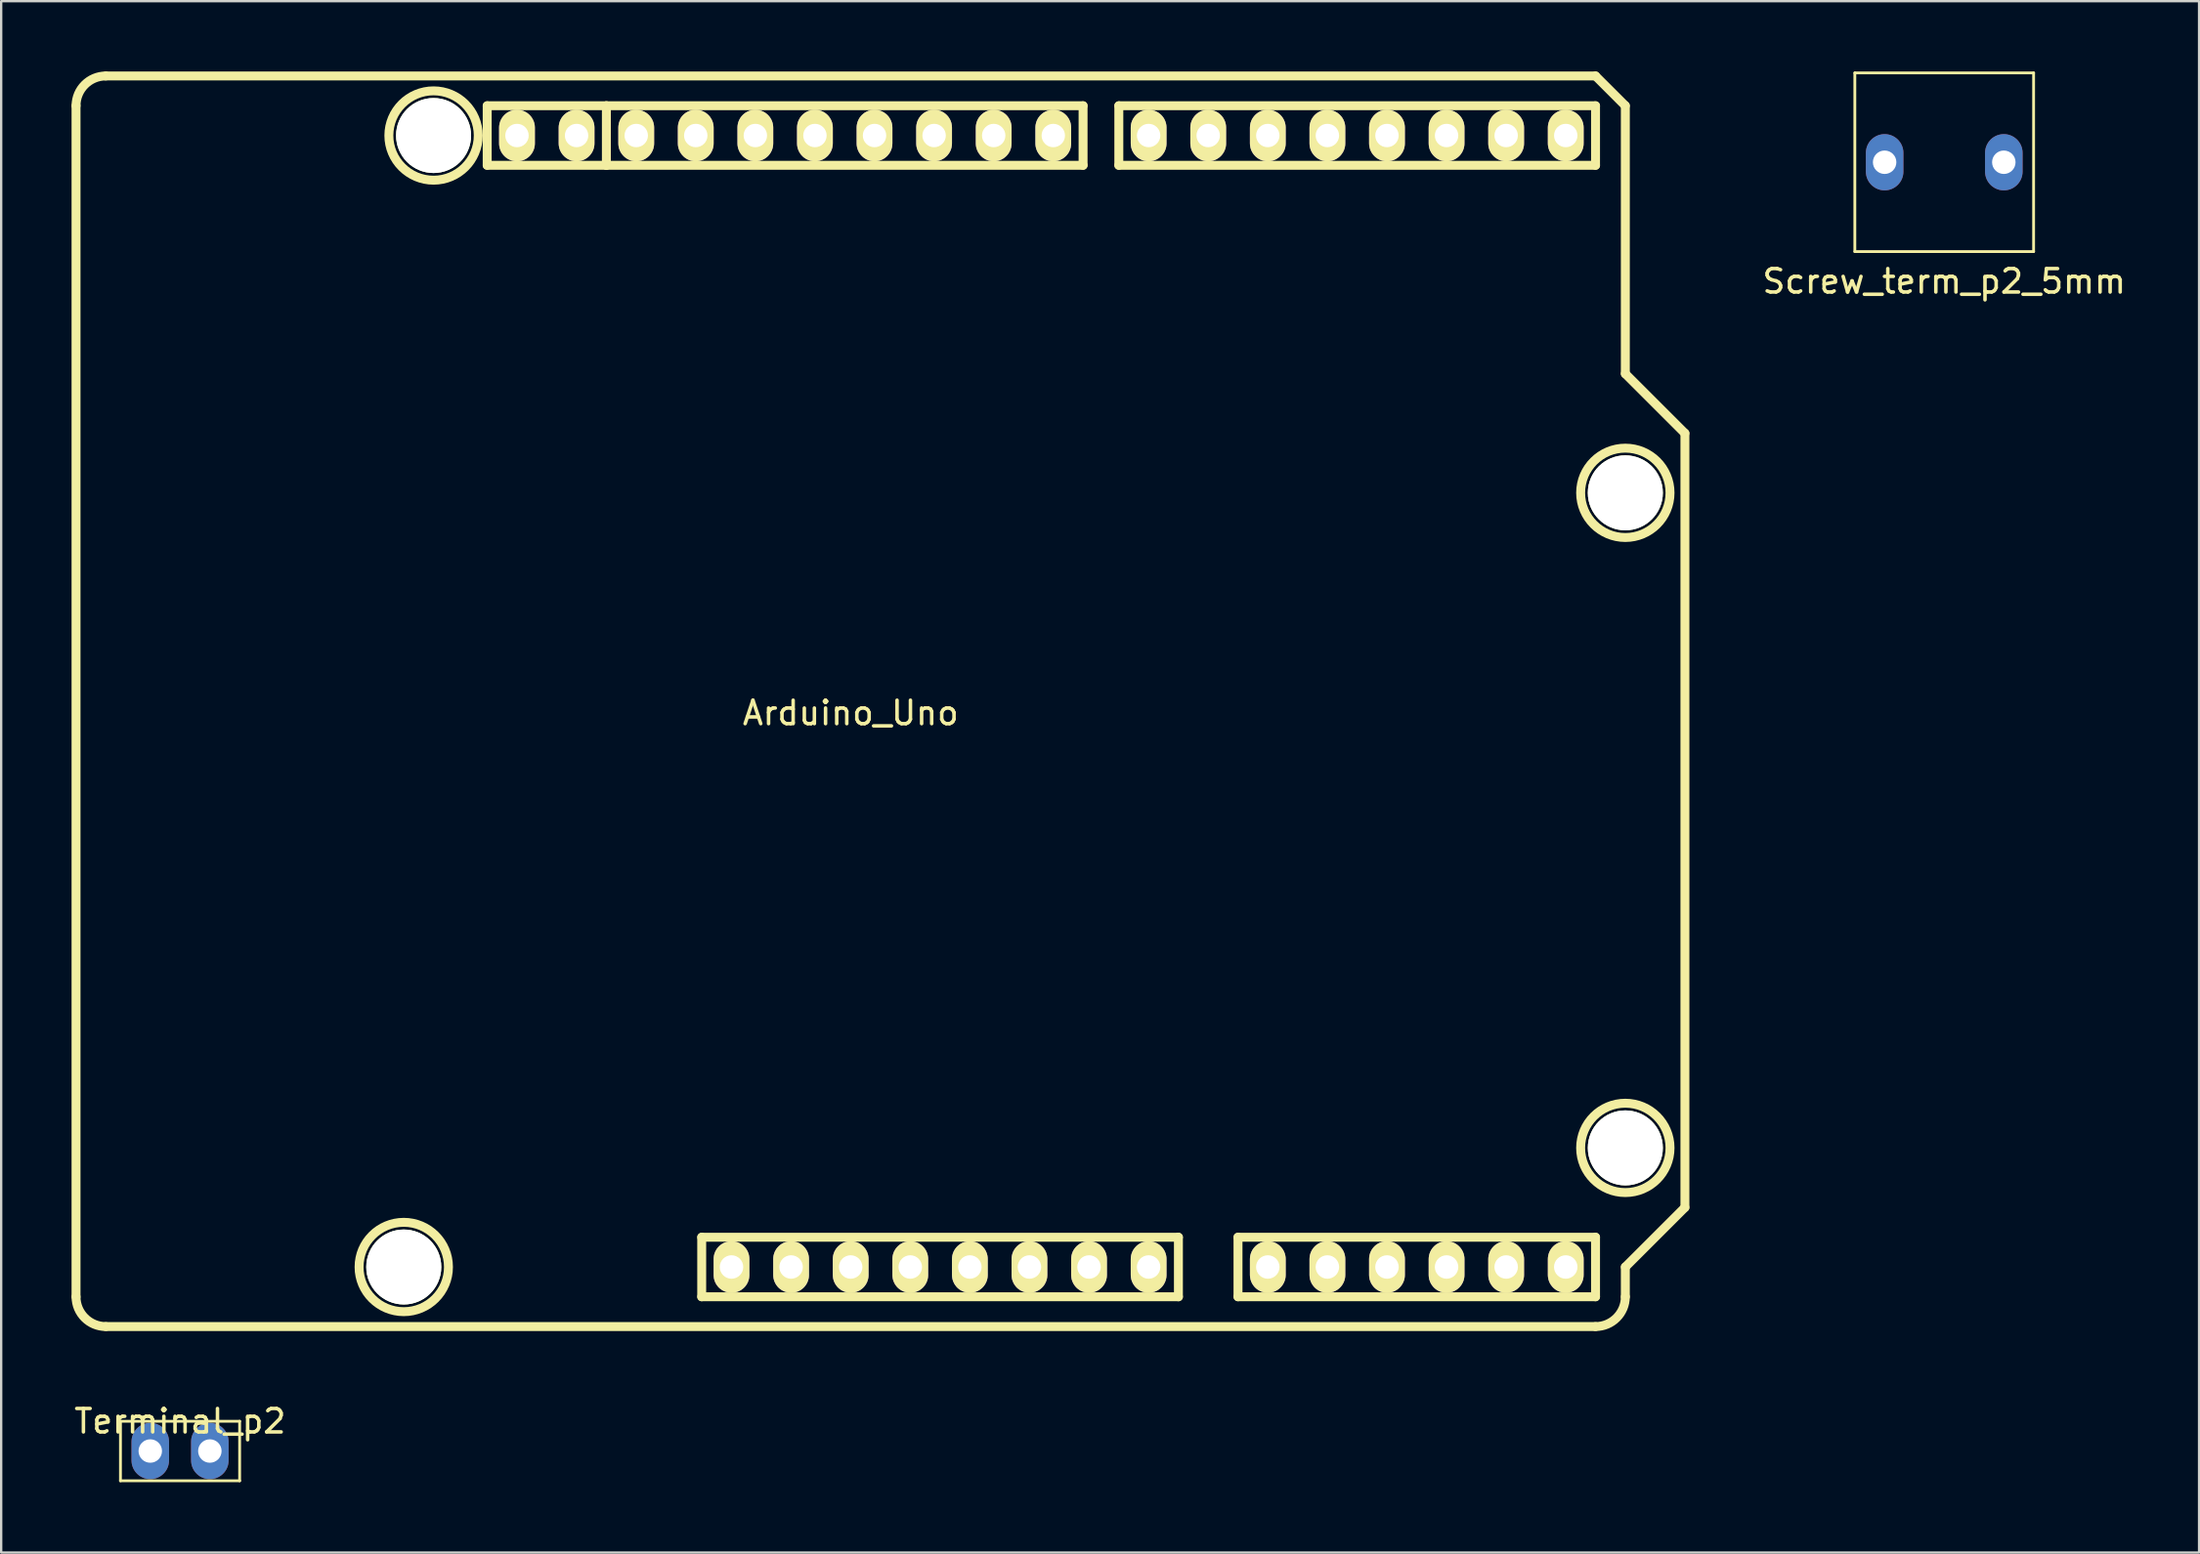
<source format=kicad_pcb>
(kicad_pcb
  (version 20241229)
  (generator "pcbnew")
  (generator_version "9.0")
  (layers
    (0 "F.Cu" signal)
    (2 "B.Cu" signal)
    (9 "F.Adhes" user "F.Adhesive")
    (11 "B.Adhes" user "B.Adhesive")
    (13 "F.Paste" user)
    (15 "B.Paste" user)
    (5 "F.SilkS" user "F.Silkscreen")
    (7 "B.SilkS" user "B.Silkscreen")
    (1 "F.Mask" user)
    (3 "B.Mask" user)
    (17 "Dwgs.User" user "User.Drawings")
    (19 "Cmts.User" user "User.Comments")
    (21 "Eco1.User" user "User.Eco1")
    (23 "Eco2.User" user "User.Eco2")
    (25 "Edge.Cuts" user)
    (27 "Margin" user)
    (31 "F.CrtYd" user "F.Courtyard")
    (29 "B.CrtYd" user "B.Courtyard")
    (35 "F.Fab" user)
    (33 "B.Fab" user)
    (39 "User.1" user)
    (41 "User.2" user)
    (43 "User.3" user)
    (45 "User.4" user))
  (footprint "Arduino_Uno"
    (layer "F.Cu")
    (at 33.211 26.86)
    (property "Reference" "Arduino_Uno" (at 0 0.5 0) (layer "F.SilkS") (effects (font (size 1 1) (thickness 0.15))))
    (attr through_hole)
    (fp_line (start -33.02 25.4) (end -33.02 -25.4) (stroke (width 0.381) (type solid)) (layer "F.SilkS"))
    (fp_line (start -31.75 26.67) (end 31.75 26.67) (stroke (width 0.381) (type solid)) (layer "F.SilkS"))
    (fp_line (start -15.494 -25.4) (end -15.494 -22.86) (stroke (width 0.381) (type solid)) (layer "F.SilkS"))
    (fp_line (start -15.494 -22.86) (end -10.414 -22.86) (stroke (width 0.381) (type solid)) (layer "F.SilkS"))
    (fp_line (start -10.414 -25.4) (end -15.494 -25.4) (stroke (width 0.381) (type solid)) (layer "F.SilkS"))
    (fp_line (start -10.414 -22.86) (end -10.414 -25.4) (stroke (width 0.381) (type solid)) (layer "F.SilkS"))
    (fp_line (start -6.35 25.4) (end -6.35 22.86) (stroke (width 0.381) (type solid)) (layer "F.SilkS"))
    (fp_line (start -6.35 25.4) (end 13.97 25.4) (stroke (width 0.381) (type solid)) (layer "F.SilkS"))
    (fp_line (start 9.906 -25.4) (end -10.414 -25.4) (stroke (width 0.381) (type solid)) (layer "F.SilkS"))
    (fp_line (start 9.906 -22.86) (end -10.414 -22.86) (stroke (width 0.381) (type solid)) (layer "F.SilkS"))
    (fp_line (start 9.906 -22.86) (end 9.906 -25.4) (stroke (width 0.381) (type solid)) (layer "F.SilkS"))
    (fp_line (start 11.43 -25.4) (end 31.75 -25.4) (stroke (width 0.381) (type solid)) (layer "F.SilkS"))
    (fp_line (start 11.43 -22.86) (end 11.43 -25.4) (stroke (width 0.381) (type solid)) (layer "F.SilkS"))
    (fp_line (start 13.97 22.86) (end -6.35 22.86) (stroke (width 0.381) (type solid)) (layer "F.SilkS"))
    (fp_line (start 13.97 22.86) (end 13.97 25.4) (stroke (width 0.381) (type solid)) (layer "F.SilkS"))
    (fp_line (start 16.51 22.86) (end 16.51 25.4) (stroke (width 0.381) (type solid)) (layer "F.SilkS"))
    (fp_line (start 16.51 22.86) (end 31.75 22.86) (stroke (width 0.381) (type solid)) (layer "F.SilkS"))
    (fp_line (start 31.75 -26.67) (end -31.75 -26.67) (stroke (width 0.381) (type solid)) (layer "F.SilkS"))
    (fp_line (start 31.75 -26.67) (end 33.02 -25.4) (stroke (width 0.381) (type solid)) (layer "F.SilkS"))
    (fp_line (start 31.75 -25.4) (end 31.75 -22.86) (stroke (width 0.381) (type solid)) (layer "F.SilkS"))
    (fp_line (start 31.75 -22.86) (end 11.43 -22.86) (stroke (width 0.381) (type solid)) (layer "F.SilkS"))
    (fp_line (start 31.75 25.4) (end 16.51 25.4) (stroke (width 0.381) (type solid)) (layer "F.SilkS"))
    (fp_line (start 31.75 25.4) (end 31.75 22.86) (stroke (width 0.381) (type solid)) (layer "F.SilkS"))
    (fp_line (start 33.02 -25.4) (end 33.02 -13.97) (stroke (width 0.381) (type solid)) (layer "F.SilkS"))
    (fp_line (start 33.02 -13.97) (end 35.56 -11.43) (stroke (width 0.381) (type solid)) (layer "F.SilkS"))
    (fp_line (start 33.02 24.13) (end 33.02 25.4) (stroke (width 0.381) (type solid)) (layer "F.SilkS"))
    (fp_line (start 35.56 21.59) (end 33.02 24.13) (stroke (width 0.381) (type solid)) (layer "F.SilkS"))
    (fp_line (start 35.56 21.59) (end 35.56 -11.43) (stroke (width 0.381) (type solid)) (layer "F.SilkS"))
    (fp_arc (start -33.02 -25.4) (mid -32.648026 -26.298026) (end -31.75 -26.67) (stroke (width 0.381) (type solid)) (layer "F.SilkS"))
    (fp_arc (start -31.75 26.67) (mid -32.648026 26.298026) (end -33.02 25.4) (stroke (width 0.381) (type solid)) (layer "F.SilkS"))
    (fp_arc (start 33.02 25.4) (mid 32.648026 26.298026) (end 31.75 26.67) (stroke (width 0.381) (type solid)) (layer "F.SilkS"))
    (fp_circle (center -19.05 24.13) (end -17.145 24.13) (stroke (width 0.381) (type solid)) (fill no) (layer "F.SilkS"))
    (fp_circle (center -17.78 -24.13) (end -15.875 -24.13) (stroke (width 0.381) (type solid)) (fill no) (layer "F.SilkS"))
    (fp_circle (center 33.02 -8.89) (end 34.925 -8.89) (stroke (width 0.381) (type solid)) (fill no) (layer "F.SilkS"))
    (fp_circle (center 33.02 19.05) (end 34.925 19.05) (stroke (width 0.381) (type solid)) (fill no) (layer "F.SilkS"))
    (pad "" np_thru_hole circle (at -19.05 24.13) (size 3.198 3.198) (drill 3.198) (layers "*.Cu" "*.Mask" "F.SilkS"))
    (pad "" np_thru_hole circle (at -17.78 -24.13) (size 3.198 3.198) (drill 3.198) (layers "*.Cu" "*.Mask" "F.SilkS"))
    (pad "" np_thru_hole circle (at 33.02 -8.89) (size 3.198 3.198) (drill 3.198) (layers "*.Cu" "*.Mask" "F.SilkS"))
    (pad "" np_thru_hole circle (at 33.02 19.05) (size 3.198 3.198) (drill 3.198) (layers "*.Cu" "*.Mask" "F.SilkS"))
    (pad "1" thru_hole oval (at -5.08 24.13) (size 1.524 2.2) (drill 1.001) (layers "*.Cu" "*.Mask" "F.SilkS"))
    (pad "2" thru_hole oval (at -2.54 24.13) (size 1.524 2.2) (drill 1.001) (layers "*.Cu" "*.Mask" "F.SilkS"))
    (pad "3" thru_hole oval (at 0 24.13) (size 1.524 2.2) (drill 1.001) (layers "*.Cu" "*.Mask" "F.SilkS"))
    (pad "4" thru_hole oval (at 2.54 24.13) (size 1.524 2.2) (drill 1.001) (layers "*.Cu" "*.Mask" "F.SilkS"))
    (pad "5" thru_hole oval (at 5.08 24.13) (size 1.524 2.2) (drill 1.001) (layers "*.Cu" "*.Mask" "F.SilkS"))
    (pad "6" thru_hole oval (at 7.62 24.13) (size 1.524 2.2) (drill 1.001) (layers "*.Cu" "*.Mask" "F.SilkS"))
    (pad "7" thru_hole oval (at 10.16 24.13) (size 1.524 2.2) (drill 1.001) (layers "*.Cu" "*.Mask" "F.SilkS"))
    (pad "8" thru_hole oval (at 12.7 24.13) (size 1.524 2.2) (drill 1.001) (layers "*.Cu" "*.Mask" "F.SilkS"))
    (pad "9" thru_hole oval (at 17.78 24.13) (size 1.524 2.2) (drill 1.001) (layers "*.Cu" "*.Mask" "F.SilkS"))
    (pad "10" thru_hole oval (at 20.32 24.13) (size 1.524 2.2) (drill 1.001) (layers "*.Cu" "*.Mask" "F.SilkS"))
    (pad "11" thru_hole oval (at 22.86 24.13) (size 1.524 2.2) (drill 1.001) (layers "*.Cu" "*.Mask" "F.SilkS"))
    (pad "12" thru_hole oval (at 25.4 24.13) (size 1.524 2.2) (drill 1.001) (layers "*.Cu" "*.Mask" "F.SilkS"))
    (pad "13" thru_hole oval (at 27.94 24.13) (size 1.524 2.2) (drill 1.001) (layers "*.Cu" "*.Mask" "F.SilkS"))
    (pad "14" thru_hole oval (at 30.48 24.13) (size 1.524 2.2) (drill 1.001) (layers "*.Cu" "*.Mask" "F.SilkS"))
    (pad "15" thru_hole oval (at 30.48 -24.13) (size 1.524 2.197) (drill 0.998) (layers "*.Cu" "*.Mask" "F.SilkS"))
    (pad "16" thru_hole oval (at 27.94 -24.13) (size 1.524 2.197) (drill 0.998) (layers "*.Cu" "*.Mask" "F.SilkS"))
    (pad "17" thru_hole oval (at 25.4 -24.13) (size 1.524 2.197) (drill 0.998) (layers "*.Cu" "*.Mask" "F.SilkS"))
    (pad "18" thru_hole oval (at 22.86 -24.13) (size 1.524 2.197) (drill 0.998) (layers "*.Cu" "*.Mask" "F.SilkS"))
    (pad "19" thru_hole oval (at 20.32 -24.13) (size 1.524 2.197) (drill 0.998) (layers "*.Cu" "*.Mask" "F.SilkS"))
    (pad "20" thru_hole oval (at 17.78 -24.13) (size 1.524 2.197) (drill 0.998) (layers "*.Cu" "*.Mask" "F.SilkS"))
    (pad "21" thru_hole oval (at 15.24 -24.13) (size 1.524 2.197) (drill 0.998) (layers "*.Cu" "*.Mask" "F.SilkS"))
    (pad "22" thru_hole oval (at 12.7 -24.13) (size 1.524 2.197) (drill 0.998) (layers "*.Cu" "*.Mask" "F.SilkS"))
    (pad "23" thru_hole oval (at 8.636 -24.13) (size 1.524 2.197) (drill 0.998) (layers "*.Cu" "*.Mask" "F.SilkS"))
    (pad "24" thru_hole oval (at 6.096 -24.13) (size 1.524 2.197) (drill 0.998) (layers "*.Cu" "*.Mask" "F.SilkS"))
    (pad "25" thru_hole oval (at 3.556 -24.13) (size 1.524 2.197) (drill 0.998) (layers "*.Cu" "*.Mask" "F.SilkS"))
    (pad "26" thru_hole oval (at 1.016 -24.13) (size 1.524 2.197) (drill 0.998) (layers "*.Cu" "*.Mask" "F.SilkS"))
    (pad "27" thru_hole oval (at -1.524 -24.13) (size 1.524 2.197) (drill 0.998) (layers "*.Cu" "*.Mask" "F.SilkS"))
    (pad "28" thru_hole oval (at -4.064 -24.13) (size 1.524 2.197) (drill 0.998) (layers "*.Cu" "*.Mask" "F.SilkS"))
    (pad "29" thru_hole oval (at -6.604 -24.13) (size 1.524 2.197) (drill 0.998) (layers "*.Cu" "*.Mask" "F.SilkS"))
    (pad "30" thru_hole oval (at -9.141 -24.13) (size 1.524 2.197) (drill 0.998) (layers "*.Cu" "*.Mask" "F.SilkS"))
    (pad "31" thru_hole oval (at -11.684 -24.13) (size 1.524 2.197) (drill 0.998) (layers "*.Cu" "*.Mask" "F.SilkS"))
    (pad "32" thru_hole oval (at -14.224 -24.13) (size 1.524 2.197) (drill 0.998) (layers "*.Cu" "*.Mask" "F.SilkS")))
  (footprint "Terminal_p2"
    (layer "F.Cu")
    (at 4.625 58.839)
    (property "Reference" "Terminal_p2" (at 0 -1.27 0) (layer "F.SilkS") (effects (font (size 1 1) (thickness 0.15))))
    (attr through_hole)
    (fp_line (start -2.54 -1.27) (end -2.54 1.27) (stroke (width 0.12) (type solid)) (layer "F.SilkS"))
    (fp_line (start -2.54 1.27) (end 2.54 1.27) (stroke (width 0.12) (type solid)) (layer "F.SilkS"))
    (fp_line (start 2.54 -1.27) (end -2.54 -1.27) (stroke (width 0.12) (type solid)) (layer "F.SilkS"))
    (fp_line (start 2.54 1.27) (end 2.54 -1.27) (stroke (width 0.12) (type solid)) (layer "F.SilkS"))
    (pad "1" thru_hole oval (at -1.27 0) (size 1.6 2.4) (drill 1) (layers "*.Cu" "*.Mask"))
    (pad "2" thru_hole oval (at 1.27 0) (size 1.6 2.4) (drill 1) (layers "*.Cu" "*.Mask")))
  (footprint "Screw_term_p2_5mm"
    (layer "F.Cu")
    (at 79.824 3.87)
    (property "Reference" "Screw_term_p2_5mm" (at 0 5.08 0) (layer "F.SilkS") (effects (font (size 1 1) (thickness 0.15))))
    (attr through_hole)
    (fp_line (start -3.81 -3.81) (end -3.81 3.81) (stroke (width 0.12) (type solid)) (layer "F.SilkS"))
    (fp_line (start -3.81 3.81) (end 3.81 3.81) (stroke (width 0.12) (type solid)) (layer "F.SilkS"))
    (fp_line (start 3.81 -3.81) (end -3.81 -3.81) (stroke (width 0.12) (type solid)) (layer "F.SilkS"))
    (fp_line (start 3.81 3.81) (end 3.81 -3.81) (stroke (width 0.12) (type solid)) (layer "F.SilkS"))
    (pad "1" thru_hole oval (at -2.54 0) (size 1.6 2.4) (drill 1) (layers "*.Cu" "*.Mask"))
    (pad "2" thru_hole oval (at 2.54 0) (size 1.6 2.4) (drill 1) (layers "*.Cu" "*.Mask")))
  (gr_rect
    (start -3 -3)
    (end 90.687 63.169)
    (stroke (width 0.1) (type default))
    (fill no)
    (layer "Edge.Cuts")))
</source>
